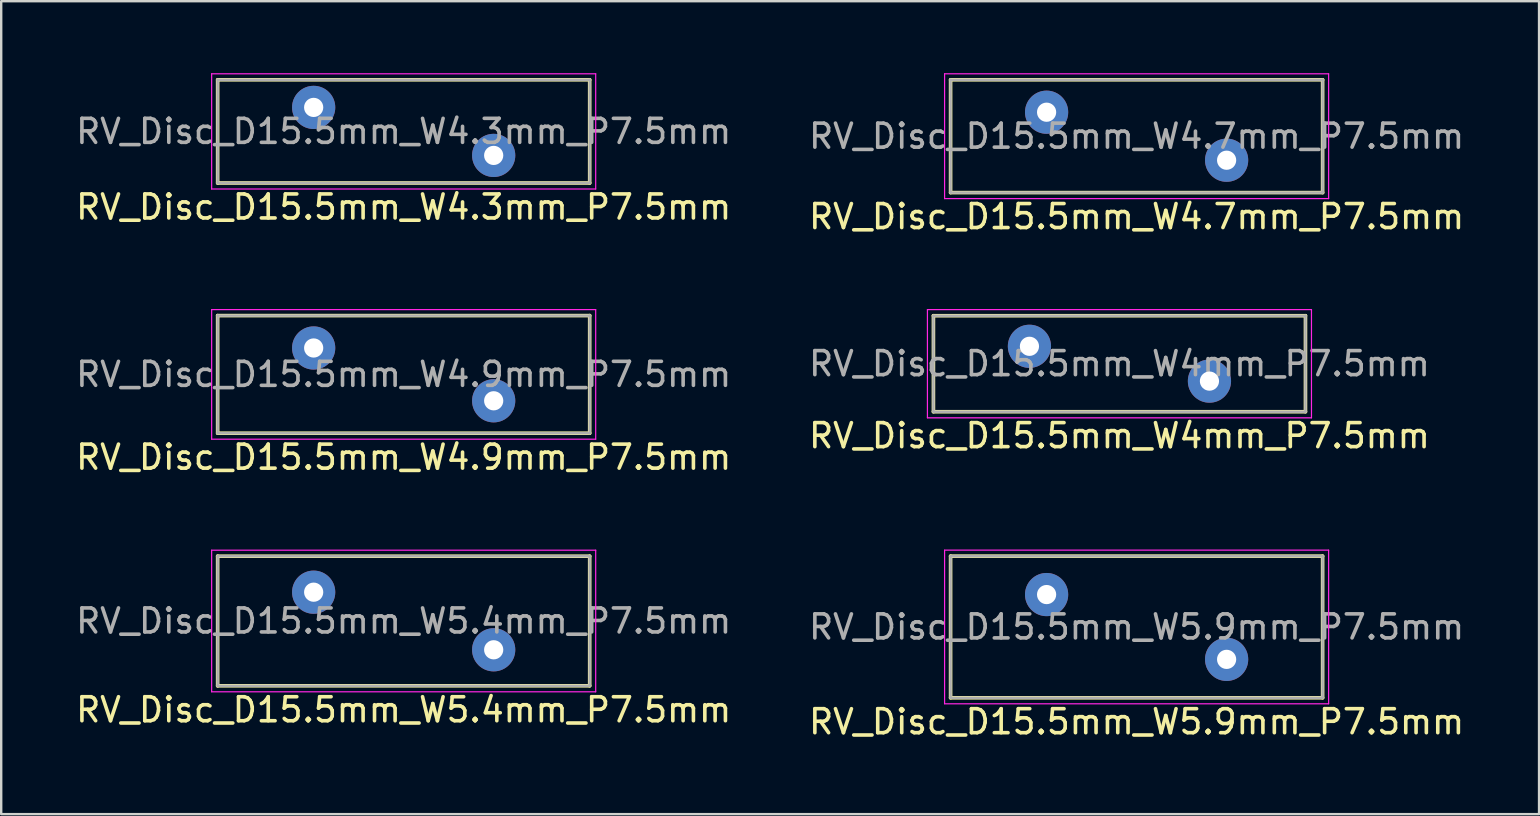
<source format=kicad_pcb>
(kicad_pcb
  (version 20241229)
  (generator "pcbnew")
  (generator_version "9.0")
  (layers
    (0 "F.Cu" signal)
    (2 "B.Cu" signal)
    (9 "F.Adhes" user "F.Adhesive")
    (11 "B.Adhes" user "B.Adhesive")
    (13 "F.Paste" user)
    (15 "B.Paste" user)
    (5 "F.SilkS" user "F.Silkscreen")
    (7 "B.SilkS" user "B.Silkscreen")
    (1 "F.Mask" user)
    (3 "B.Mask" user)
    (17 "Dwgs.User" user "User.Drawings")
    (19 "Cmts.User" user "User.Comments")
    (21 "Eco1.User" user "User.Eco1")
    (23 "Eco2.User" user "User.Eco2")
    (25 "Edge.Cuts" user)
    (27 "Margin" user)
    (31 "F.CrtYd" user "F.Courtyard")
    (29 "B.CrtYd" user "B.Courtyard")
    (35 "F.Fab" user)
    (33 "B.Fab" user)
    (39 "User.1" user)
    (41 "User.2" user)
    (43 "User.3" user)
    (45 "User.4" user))
  (footprint "RV_Disc_D15.5mm_W4.9mm_P7.5mm"
    (layer "F.Cu")
    (at 10.018 11.448)
    (property "Reference" "RV_Disc_D15.5mm_W4.9mm_P7.5mm" (at 3.75 4.55 0) (layer "F.SilkS") (effects (font (size 1 1) (thickness 0.15))))
    (attr through_hole)
    (fp_line (start -4 -1.35) (end -4 3.55) (stroke (width 0.15) (type solid)) (layer "F.SilkS"))
    (fp_line (start -4 -1.35) (end 11.5 -1.35) (stroke (width 0.15) (type solid)) (layer "F.SilkS"))
    (fp_line (start -4 3.55) (end 11.5 3.55) (stroke (width 0.15) (type solid)) (layer "F.SilkS"))
    (fp_line (start 11.5 -1.35) (end 11.5 3.55) (stroke (width 0.15) (type solid)) (layer "F.SilkS"))
    (fp_line (start -4.25 -1.6) (end -4.25 3.8) (stroke (width 0.05) (type solid)) (layer "F.CrtYd"))
    (fp_line (start -4.25 -1.6) (end 11.75 -1.6) (stroke (width 0.05) (type solid)) (layer "F.CrtYd"))
    (fp_line (start -4.25 3.8) (end 11.75 3.8) (stroke (width 0.05) (type solid)) (layer "F.CrtYd"))
    (fp_line (start 11.75 -1.6) (end 11.75 3.8) (stroke (width 0.05) (type solid)) (layer "F.CrtYd"))
    (fp_line (start -4 -1.35) (end -4 3.55) (stroke (width 0.1) (type solid)) (layer "F.Fab"))
    (fp_line (start -4 -1.35) (end 11.5 -1.35) (stroke (width 0.1) (type solid)) (layer "F.Fab"))
    (fp_line (start -4 3.55) (end 11.5 3.55) (stroke (width 0.1) (type solid)) (layer "F.Fab"))
    (fp_line (start 11.5 -1.35) (end 11.5 3.55) (stroke (width 0.1) (type solid)) (layer "F.Fab"))
    (fp_text user "${REFERENCE}" (at 3.75 1.1 0) (layer "F.Fab") (effects (font (size 1 1) (thickness 0.15))))
    (pad "1" thru_hole circle (at 0 0) (size 1.8 1.8) (drill 0.8) (layers "*.Cu" "*.Mask"))
    (pad "2" thru_hole circle (at 7.5 2.2) (size 1.8 1.8) (drill 0.8) (layers "*.Cu" "*.Mask")))
  (footprint "RV_Disc_D15.5mm_W4.7mm_P7.5mm"
    (layer "F.Cu")
    (at 40.554 1.625)
    (property "Reference" "RV_Disc_D15.5mm_W4.7mm_P7.5mm" (at 3.75 4.35 0) (layer "F.SilkS") (effects (font (size 1 1) (thickness 0.15))))
    (attr through_hole)
    (fp_line (start -4 -1.35) (end -4 3.35) (stroke (width 0.15) (type solid)) (layer "F.SilkS"))
    (fp_line (start -4 -1.35) (end 11.5 -1.35) (stroke (width 0.15) (type solid)) (layer "F.SilkS"))
    (fp_line (start -4 3.35) (end 11.5 3.35) (stroke (width 0.15) (type solid)) (layer "F.SilkS"))
    (fp_line (start 11.5 -1.35) (end 11.5 3.35) (stroke (width 0.15) (type solid)) (layer "F.SilkS"))
    (fp_line (start -4.25 -1.6) (end -4.25 3.6) (stroke (width 0.05) (type solid)) (layer "F.CrtYd"))
    (fp_line (start -4.25 -1.6) (end 11.75 -1.6) (stroke (width 0.05) (type solid)) (layer "F.CrtYd"))
    (fp_line (start -4.25 3.6) (end 11.75 3.6) (stroke (width 0.05) (type solid)) (layer "F.CrtYd"))
    (fp_line (start 11.75 -1.6) (end 11.75 3.6) (stroke (width 0.05) (type solid)) (layer "F.CrtYd"))
    (fp_line (start -4 -1.35) (end -4 3.35) (stroke (width 0.1) (type solid)) (layer "F.Fab"))
    (fp_line (start -4 -1.35) (end 11.5 -1.35) (stroke (width 0.1) (type solid)) (layer "F.Fab"))
    (fp_line (start -4 3.35) (end 11.5 3.35) (stroke (width 0.1) (type solid)) (layer "F.Fab"))
    (fp_line (start 11.5 -1.35) (end 11.5 3.35) (stroke (width 0.1) (type solid)) (layer "F.Fab"))
    (fp_text user "${REFERENCE}" (at 3.75 1 0) (layer "F.Fab") (effects (font (size 1 1) (thickness 0.15))))
    (pad "1" thru_hole circle (at 0 0) (size 1.8 1.8) (drill 0.8) (layers "*.Cu" "*.Mask"))
    (pad "2" thru_hole circle (at 7.5 2) (size 1.8 1.8) (drill 0.8) (layers "*.Cu" "*.Mask")))
  (footprint "RV_Disc_D15.5mm_W4mm_P7.5mm"
    (layer "F.Cu")
    (at 39.839 11.378)
    (property "Reference" "RV_Disc_D15.5mm_W4mm_P7.5mm" (at 3.75 3.725 0) (layer "F.SilkS") (effects (font (size 1 1) (thickness 0.15))))
    (attr through_hole)
    (fp_line (start -4 -1.275) (end -4 2.725) (stroke (width 0.15) (type solid)) (layer "F.SilkS"))
    (fp_line (start -4 -1.275) (end 11.5 -1.275) (stroke (width 0.15) (type solid)) (layer "F.SilkS"))
    (fp_line (start -4 2.725) (end 11.5 2.725) (stroke (width 0.15) (type solid)) (layer "F.SilkS"))
    (fp_line (start 11.5 -1.275) (end 11.5 2.725) (stroke (width 0.15) (type solid)) (layer "F.SilkS"))
    (fp_line (start -4.25 -1.53) (end -4.25 2.98) (stroke (width 0.05) (type solid)) (layer "F.CrtYd"))
    (fp_line (start -4.25 -1.53) (end 11.75 -1.53) (stroke (width 0.05) (type solid)) (layer "F.CrtYd"))
    (fp_line (start -4.25 2.98) (end 11.75 2.98) (stroke (width 0.05) (type solid)) (layer "F.CrtYd"))
    (fp_line (start 11.75 -1.53) (end 11.75 2.98) (stroke (width 0.05) (type solid)) (layer "F.CrtYd"))
    (fp_line (start -4 -1.275) (end -4 2.725) (stroke (width 0.1) (type solid)) (layer "F.Fab"))
    (fp_line (start -4 -1.275) (end 11.5 -1.275) (stroke (width 0.1) (type solid)) (layer "F.Fab"))
    (fp_line (start -4 2.725) (end 11.5 2.725) (stroke (width 0.1) (type solid)) (layer "F.Fab"))
    (fp_line (start 11.5 -1.275) (end 11.5 2.725) (stroke (width 0.1) (type solid)) (layer "F.Fab"))
    (fp_text user "${REFERENCE}" (at 3.75 0.725 0) (layer "F.Fab") (effects (font (size 1 1) (thickness 0.15))))
    (pad "1" thru_hole circle (at 0 0) (size 1.8 1.8) (drill 0.8) (layers "*.Cu" "*.Mask"))
    (pad "2" thru_hole circle (at 7.5 1.45) (size 1.8 1.8) (drill 0.8) (layers "*.Cu" "*.Mask")))
  (footprint "RV_Disc_D15.5mm_W5.9mm_P7.5mm"
    (layer "F.Cu")
    (at 40.554 21.721)
    (property "Reference" "RV_Disc_D15.5mm_W5.9mm_P7.5mm" (at 3.75 5.3 0) (layer "F.SilkS") (effects (font (size 1 1) (thickness 0.15))))
    (attr through_hole)
    (fp_line (start -4 -1.6) (end -4 4.3) (stroke (width 0.15) (type solid)) (layer "F.SilkS"))
    (fp_line (start -4 -1.6) (end 11.5 -1.6) (stroke (width 0.15) (type solid)) (layer "F.SilkS"))
    (fp_line (start -4 4.3) (end 11.5 4.3) (stroke (width 0.15) (type solid)) (layer "F.SilkS"))
    (fp_line (start 11.5 -1.6) (end 11.5 4.3) (stroke (width 0.15) (type solid)) (layer "F.SilkS"))
    (fp_line (start -4.25 -1.85) (end -4.25 4.55) (stroke (width 0.05) (type solid)) (layer "F.CrtYd"))
    (fp_line (start -4.25 -1.85) (end 11.75 -1.85) (stroke (width 0.05) (type solid)) (layer "F.CrtYd"))
    (fp_line (start -4.25 4.55) (end 11.75 4.55) (stroke (width 0.05) (type solid)) (layer "F.CrtYd"))
    (fp_line (start 11.75 -1.85) (end 11.75 4.55) (stroke (width 0.05) (type solid)) (layer "F.CrtYd"))
    (fp_line (start -4 -1.6) (end -4 4.3) (stroke (width 0.1) (type solid)) (layer "F.Fab"))
    (fp_line (start -4 -1.6) (end 11.5 -1.6) (stroke (width 0.1) (type solid)) (layer "F.Fab"))
    (fp_line (start -4 4.3) (end 11.5 4.3) (stroke (width 0.1) (type solid)) (layer "F.Fab"))
    (fp_line (start 11.5 -1.6) (end 11.5 4.3) (stroke (width 0.1) (type solid)) (layer "F.Fab"))
    (fp_text user "${REFERENCE}" (at 3.75 1.35 0) (layer "F.Fab") (effects (font (size 1 1) (thickness 0.15))))
    (pad "1" thru_hole circle (at 0 0) (size 1.8 1.8) (drill 0.8) (layers "*.Cu" "*.Mask"))
    (pad "2" thru_hole circle (at 7.5 2.7) (size 1.8 1.8) (drill 0.8) (layers "*.Cu" "*.Mask")))
  (footprint "RV_Disc_D15.5mm_W5.4mm_P7.5mm"
    (layer "F.Cu")
    (at 10.018 21.622)
    (property "Reference" "RV_Disc_D15.5mm_W5.4mm_P7.5mm" (at 3.75 4.9 0) (layer "F.SilkS") (effects (font (size 1 1) (thickness 0.15))))
    (attr through_hole)
    (fp_line (start -4 -1.5) (end -4 3.9) (stroke (width 0.15) (type solid)) (layer "F.SilkS"))
    (fp_line (start -4 -1.5) (end 11.5 -1.5) (stroke (width 0.15) (type solid)) (layer "F.SilkS"))
    (fp_line (start -4 3.9) (end 11.5 3.9) (stroke (width 0.15) (type solid)) (layer "F.SilkS"))
    (fp_line (start 11.5 -1.5) (end 11.5 3.9) (stroke (width 0.15) (type solid)) (layer "F.SilkS"))
    (fp_line (start -4.25 -1.75) (end -4.25 4.15) (stroke (width 0.05) (type solid)) (layer "F.CrtYd"))
    (fp_line (start -4.25 -1.75) (end 11.75 -1.75) (stroke (width 0.05) (type solid)) (layer "F.CrtYd"))
    (fp_line (start -4.25 4.15) (end 11.75 4.15) (stroke (width 0.05) (type solid)) (layer "F.CrtYd"))
    (fp_line (start 11.75 -1.75) (end 11.75 4.15) (stroke (width 0.05) (type solid)) (layer "F.CrtYd"))
    (fp_line (start -4 -1.5) (end -4 3.9) (stroke (width 0.1) (type solid)) (layer "F.Fab"))
    (fp_line (start -4 -1.5) (end 11.5 -1.5) (stroke (width 0.1) (type solid)) (layer "F.Fab"))
    (fp_line (start -4 3.9) (end 11.5 3.9) (stroke (width 0.1) (type solid)) (layer "F.Fab"))
    (fp_line (start 11.5 -1.5) (end 11.5 3.9) (stroke (width 0.1) (type solid)) (layer "F.Fab"))
    (fp_text user "${REFERENCE}" (at 3.75 1.2 0) (layer "F.Fab") (effects (font (size 1 1) (thickness 0.15))))
    (pad "1" thru_hole circle (at 0 0) (size 1.8 1.8) (drill 0.8) (layers "*.Cu" "*.Mask"))
    (pad "2" thru_hole circle (at 7.5 2.4) (size 1.8 1.8) (drill 0.8) (layers "*.Cu" "*.Mask")))
  (footprint "RV_Disc_D15.5mm_W4.3mm_P7.5mm"
    (layer "F.Cu")
    (at 10.018 1.425)
    (property "Reference" "RV_Disc_D15.5mm_W4.3mm_P7.5mm" (at 3.75 4.15 0) (layer "F.SilkS") (effects (font (size 1 1) (thickness 0.15))))
    (attr through_hole)
    (fp_line (start -4 -1.15) (end -4 3.15) (stroke (width 0.15) (type solid)) (layer "F.SilkS"))
    (fp_line (start -4 -1.15) (end 11.5 -1.15) (stroke (width 0.15) (type solid)) (layer "F.SilkS"))
    (fp_line (start -4 3.15) (end 11.5 3.15) (stroke (width 0.15) (type solid)) (layer "F.SilkS"))
    (fp_line (start 11.5 -1.15) (end 11.5 3.15) (stroke (width 0.15) (type solid)) (layer "F.SilkS"))
    (fp_line (start -4.25 -1.4) (end -4.25 3.4) (stroke (width 0.05) (type solid)) (layer "F.CrtYd"))
    (fp_line (start -4.25 -1.4) (end 11.75 -1.4) (stroke (width 0.05) (type solid)) (layer "F.CrtYd"))
    (fp_line (start -4.25 3.4) (end 11.75 3.4) (stroke (width 0.05) (type solid)) (layer "F.CrtYd"))
    (fp_line (start 11.75 -1.4) (end 11.75 3.4) (stroke (width 0.05) (type solid)) (layer "F.CrtYd"))
    (fp_line (start -4 -1.15) (end -4 3.15) (stroke (width 0.1) (type solid)) (layer "F.Fab"))
    (fp_line (start -4 -1.15) (end 11.5 -1.15) (stroke (width 0.1) (type solid)) (layer "F.Fab"))
    (fp_line (start -4 3.15) (end 11.5 3.15) (stroke (width 0.1) (type solid)) (layer "F.Fab"))
    (fp_line (start 11.5 -1.15) (end 11.5 3.15) (stroke (width 0.1) (type solid)) (layer "F.Fab"))
    (fp_text user "${REFERENCE}" (at 3.75 1 0) (layer "F.Fab") (effects (font (size 1 1) (thickness 0.15))))
    (pad "1" thru_hole circle (at 0 0) (size 1.8 1.8) (drill 0.8) (layers "*.Cu" "*.Mask"))
    (pad "2" thru_hole circle (at 7.5 2) (size 1.8 1.8) (drill 0.8) (layers "*.Cu" "*.Mask")))
  (gr_rect
    (start -3 -3)
    (end 61.071 30.87)
    (stroke (width 0.1) (type default))
    (fill no)
    (layer "Edge.Cuts")))
</source>
